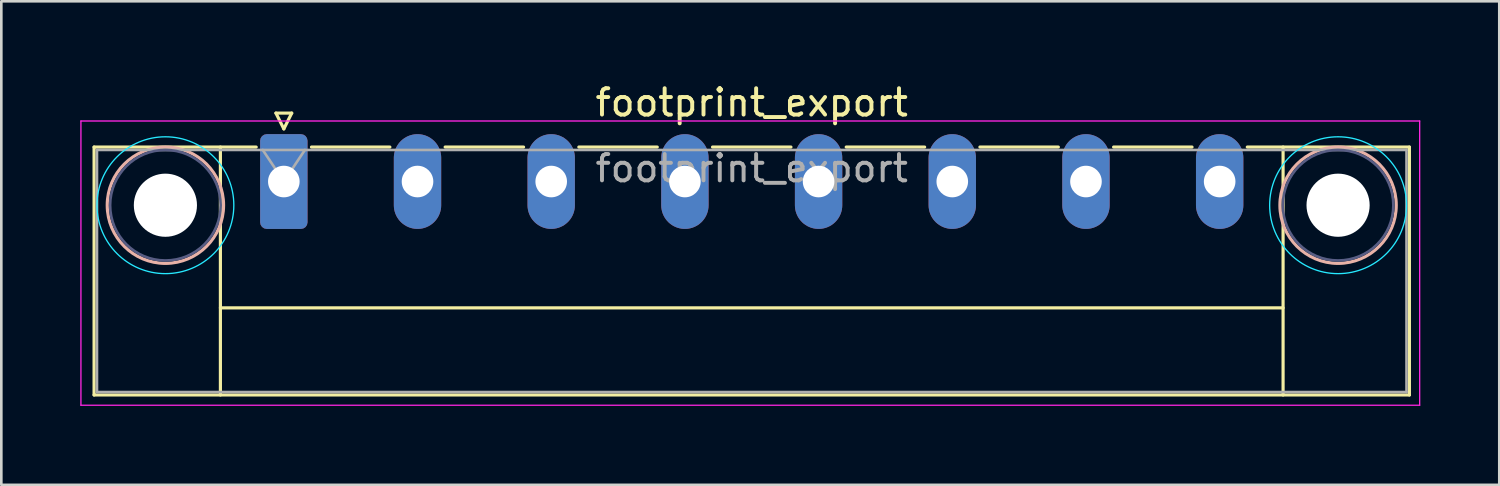
<source format=kicad_pcb>
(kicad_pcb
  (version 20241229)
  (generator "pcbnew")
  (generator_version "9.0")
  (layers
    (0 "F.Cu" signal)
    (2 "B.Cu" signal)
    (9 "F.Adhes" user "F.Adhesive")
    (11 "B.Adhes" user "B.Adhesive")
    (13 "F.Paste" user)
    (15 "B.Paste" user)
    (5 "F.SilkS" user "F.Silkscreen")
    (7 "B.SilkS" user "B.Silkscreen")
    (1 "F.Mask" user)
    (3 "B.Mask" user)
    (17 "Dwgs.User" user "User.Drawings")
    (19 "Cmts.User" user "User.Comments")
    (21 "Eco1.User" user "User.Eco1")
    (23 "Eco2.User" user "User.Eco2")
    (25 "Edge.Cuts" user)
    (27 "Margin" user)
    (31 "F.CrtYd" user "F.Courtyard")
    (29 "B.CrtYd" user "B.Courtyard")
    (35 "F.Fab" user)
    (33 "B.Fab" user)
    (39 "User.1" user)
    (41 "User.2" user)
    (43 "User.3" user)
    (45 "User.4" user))
  (footprint "footprint_export"
    (layer "F.Cu")
    (at 7.735 3.848)
    (property "Reference" "footprint_export" (at 17.78 -3 0) (layer "F.SilkS") (effects (font (size 1 1) (thickness 0.15))))
    (attr through_hole)
    (fp_line (start -7.21 -1.31) (end -7.21 8.11) (stroke (width 0.12) (type solid)) (layer "F.SilkS"))
    (fp_line (start -7.21 -1.31) (end -1.05 -1.31) (stroke (width 0.12) (type solid)) (layer "F.SilkS"))
    (fp_line (start -7.21 8.11) (end 42.77 8.11) (stroke (width 0.12) (type solid)) (layer "F.SilkS"))
    (fp_line (start -2.41 -1.31) (end -2.41 8.11) (stroke (width 0.12) (type solid)) (layer "F.SilkS"))
    (fp_line (start -2.41 4.8) (end 37.97 4.8) (stroke (width 0.12) (type solid)) (layer "F.SilkS"))
    (fp_line (start -0.3 -2.6) (end 0.3 -2.6) (stroke (width 0.12) (type solid)) (layer "F.SilkS"))
    (fp_line (start 0 -2) (end -0.3 -2.6) (stroke (width 0.12) (type solid)) (layer "F.SilkS"))
    (fp_line (start 0.3 -2.6) (end 0 -2) (stroke (width 0.12) (type solid)) (layer "F.SilkS"))
    (fp_line (start 1.05 -1.31) (end 4.03 -1.31) (stroke (width 0.12) (type solid)) (layer "F.SilkS"))
    (fp_line (start 6.13 -1.31) (end 9.11 -1.31) (stroke (width 0.12) (type solid)) (layer "F.SilkS"))
    (fp_line (start 11.21 -1.31) (end 14.19 -1.31) (stroke (width 0.12) (type solid)) (layer "F.SilkS"))
    (fp_line (start 16.29 -1.31) (end 19.27 -1.31) (stroke (width 0.12) (type solid)) (layer "F.SilkS"))
    (fp_line (start 21.37 -1.31) (end 24.35 -1.31) (stroke (width 0.12) (type solid)) (layer "F.SilkS"))
    (fp_line (start 26.45 -1.31) (end 29.43 -1.31) (stroke (width 0.12) (type solid)) (layer "F.SilkS"))
    (fp_line (start 31.53 -1.31) (end 34.51 -1.31) (stroke (width 0.12) (type solid)) (layer "F.SilkS"))
    (fp_line (start 37.97 -1.31) (end 37.97 8.11) (stroke (width 0.12) (type solid)) (layer "F.SilkS"))
    (fp_line (start 42.77 -1.31) (end 36.61 -1.31) (stroke (width 0.12) (type solid)) (layer "F.SilkS"))
    (fp_line (start 42.77 8.11) (end 42.77 -1.31) (stroke (width 0.12) (type solid)) (layer "F.SilkS"))
    (fp_circle (center -4.5 0.9) (end -2.29 0.9) (stroke (width 0.12) (type solid)) (fill no) (layer "B.SilkS"))
    (fp_circle (center 40.06 0.9) (end 42.27 0.9) (stroke (width 0.12) (type solid)) (fill no) (layer "B.SilkS"))
    (fp_circle (center -4.5 0.9) (end -1.9 0.9) (stroke (width 0.05) (type solid)) (fill no) (layer "B.CrtYd"))
    (fp_circle (center 40.06 0.9) (end 42.66 0.9) (stroke (width 0.05) (type solid)) (fill no) (layer "B.CrtYd"))
    (fp_line (start -7.71 -2.3) (end -7.71 8.5) (stroke (width 0.05) (type solid)) (layer "F.CrtYd"))
    (fp_line (start -7.71 8.5) (end 43.16 8.5) (stroke (width 0.05) (type solid)) (layer "F.CrtYd"))
    (fp_line (start 43.16 -2.3) (end -7.71 -2.3) (stroke (width 0.05) (type solid)) (layer "F.CrtYd"))
    (fp_line (start 43.16 8.5) (end 43.16 -2.3) (stroke (width 0.05) (type solid)) (layer "F.CrtYd"))
    (fp_circle (center -4.5 0.9) (end -2.4 0.9) (stroke (width 0.1) (type solid)) (fill no) (layer "B.Fab"))
    (fp_circle (center 40.06 0.9) (end 42.16 0.9) (stroke (width 0.1) (type solid)) (fill no) (layer "B.Fab"))
    (fp_line (start -7.1 -1.2) (end -7.1 8) (stroke (width 0.1) (type solid)) (layer "F.Fab"))
    (fp_line (start -7.1 8) (end 42.66 8) (stroke (width 0.1) (type solid)) (layer "F.Fab"))
    (fp_line (start 0 0) (end -0.8 -1.2) (stroke (width 0.1) (type solid)) (layer "F.Fab"))
    (fp_line (start 0.8 -1.2) (end 0 0) (stroke (width 0.1) (type solid)) (layer "F.Fab"))
    (fp_line (start 42.66 -1.2) (end -7.1 -1.2) (stroke (width 0.1) (type solid)) (layer "F.Fab"))
    (fp_line (start 42.66 8) (end 42.66 -1.2) (stroke (width 0.1) (type solid)) (layer "F.Fab"))
    (fp_text user "${REFERENCE}" (at 17.78 -0.5 0) (layer "F.Fab") (effects (font (size 1 1) (thickness 0.15))))
    (pad "" np_thru_hole circle (at -4.5 0.9) (size 2.4 2.4) (drill 2.4) (layers "*.Cu" "*.Mask"))
    (pad "" np_thru_hole circle (at 40.06 0.9) (size 2.4 2.4) (drill 2.4) (layers "*.Cu" "*.Mask"))
    (pad "1" thru_hole roundrect (at 0 0) (size 1.8 3.6) (drill 1.2) (layers "*.Cu" "*.Mask") (roundrect_rratio 0.139))
    (pad "2" thru_hole oval (at 5.08 0) (size 1.8 3.6) (drill 1.2) (layers "*.Cu" "*.Mask"))
    (pad "3" thru_hole oval (at 10.16 0) (size 1.8 3.6) (drill 1.2) (layers "*.Cu" "*.Mask"))
    (pad "4" thru_hole oval (at 15.24 0) (size 1.8 3.6) (drill 1.2) (layers "*.Cu" "*.Mask"))
    (pad "5" thru_hole oval (at 20.32 0) (size 1.8 3.6) (drill 1.2) (layers "*.Cu" "*.Mask"))
    (pad "6" thru_hole oval (at 25.4 0) (size 1.8 3.6) (drill 1.2) (layers "*.Cu" "*.Mask"))
    (pad "7" thru_hole oval (at 30.48 0) (size 1.8 3.6) (drill 1.2) (layers "*.Cu" "*.Mask"))
    (pad "8" thru_hole oval (at 35.56 0) (size 1.8 3.6) (drill 1.2) (layers "*.Cu" "*.Mask")))
  (gr_rect
    (start -3 -3)
    (end 53.92 15.373)
    (stroke (width 0.1) (type default))
    (fill no)
    (layer "Edge.Cuts")))
</source>
